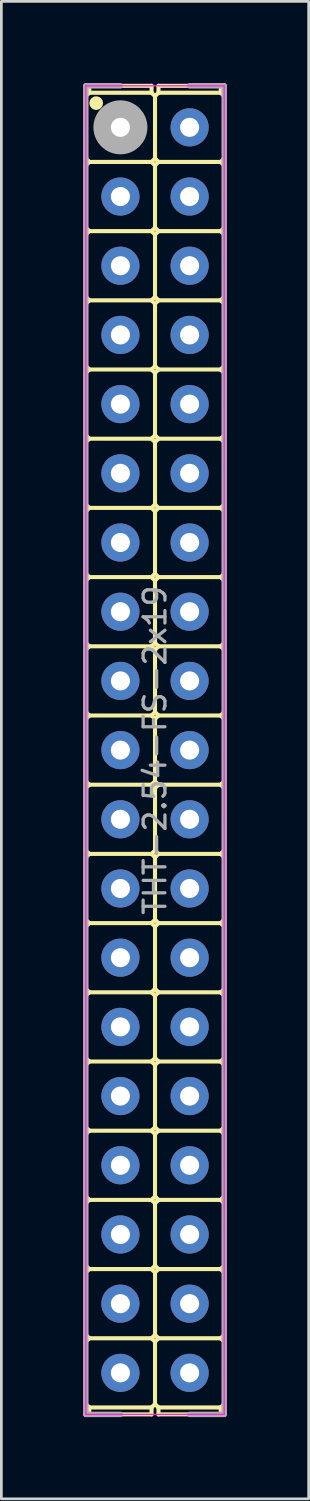
<source format=kicad_pcb>
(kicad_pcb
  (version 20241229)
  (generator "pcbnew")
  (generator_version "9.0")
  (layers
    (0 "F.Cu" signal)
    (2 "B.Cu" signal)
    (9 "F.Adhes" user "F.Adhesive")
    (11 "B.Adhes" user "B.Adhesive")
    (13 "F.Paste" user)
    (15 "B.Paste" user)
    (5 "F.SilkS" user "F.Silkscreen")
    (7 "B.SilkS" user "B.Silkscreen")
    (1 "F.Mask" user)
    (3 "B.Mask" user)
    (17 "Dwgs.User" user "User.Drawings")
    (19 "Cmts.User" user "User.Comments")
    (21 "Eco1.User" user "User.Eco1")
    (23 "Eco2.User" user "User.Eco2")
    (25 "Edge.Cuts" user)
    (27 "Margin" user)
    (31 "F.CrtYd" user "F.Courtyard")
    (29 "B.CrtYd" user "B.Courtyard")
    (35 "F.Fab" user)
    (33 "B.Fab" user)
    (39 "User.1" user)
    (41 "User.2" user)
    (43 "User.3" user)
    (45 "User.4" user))
  (footprint "THT-2.54-FS-2x19"
    (layer "F.Cu")
    (at 2.64 24.484)
    (property "Reference" "THT-2.54-FS-2x19" (at 0 0 90) (layer "F.Fab") (effects (font (size 0.8 0.8) (thickness 0.12))))
    (attr through_hole)
    (fp_line (start -2.54 -24.003) (end -2.413 -24.13) (stroke (width 0.15) (type solid)) (layer "F.SilkS"))
    (fp_line (start -2.54 -21.717) (end -2.54 -24.003) (stroke (width 0.15) (type solid)) (layer "F.SilkS"))
    (fp_line (start -2.54 -21.463) (end -2.413 -21.59) (stroke (width 0.15) (type solid)) (layer "F.SilkS"))
    (fp_line (start -2.54 -19.177) (end -2.54 -21.463) (stroke (width 0.15) (type solid)) (layer "F.SilkS"))
    (fp_line (start -2.54 -18.923) (end -2.413 -19.05) (stroke (width 0.15) (type solid)) (layer "F.SilkS"))
    (fp_line (start -2.54 -16.637) (end -2.54 -18.923) (stroke (width 0.15) (type solid)) (layer "F.SilkS"))
    (fp_line (start -2.54 -16.383) (end -2.413 -16.51) (stroke (width 0.15) (type solid)) (layer "F.SilkS"))
    (fp_line (start -2.54 -14.097) (end -2.54 -16.383) (stroke (width 0.15) (type solid)) (layer "F.SilkS"))
    (fp_line (start -2.54 -13.843) (end -2.413 -13.97) (stroke (width 0.15) (type solid)) (layer "F.SilkS"))
    (fp_line (start -2.54 -11.557) (end -2.54 -13.843) (stroke (width 0.15) (type solid)) (layer "F.SilkS"))
    (fp_line (start -2.54 -11.303) (end -2.413 -11.43) (stroke (width 0.15) (type solid)) (layer "F.SilkS"))
    (fp_line (start -2.54 -9.017) (end -2.54 -11.303) (stroke (width 0.15) (type solid)) (layer "F.SilkS"))
    (fp_line (start -2.54 -8.763) (end -2.413 -8.89) (stroke (width 0.15) (type solid)) (layer "F.SilkS"))
    (fp_line (start -2.54 -6.477) (end -2.54 -8.763) (stroke (width 0.15) (type solid)) (layer "F.SilkS"))
    (fp_line (start -2.54 -6.223) (end -2.413 -6.35) (stroke (width 0.15) (type solid)) (layer "F.SilkS"))
    (fp_line (start -2.54 -3.937) (end -2.54 -6.223) (stroke (width 0.15) (type solid)) (layer "F.SilkS"))
    (fp_line (start -2.54 -3.683) (end -2.413 -3.81) (stroke (width 0.15) (type solid)) (layer "F.SilkS"))
    (fp_line (start -2.54 -1.397) (end -2.54 -3.683) (stroke (width 0.15) (type solid)) (layer "F.SilkS"))
    (fp_line (start -2.54 -1.143) (end -2.413 -1.27) (stroke (width 0.15) (type solid)) (layer "F.SilkS"))
    (fp_line (start -2.54 1.143) (end -2.54 -1.143) (stroke (width 0.15) (type solid)) (layer "F.SilkS"))
    (fp_line (start -2.54 1.397) (end -2.413 1.27) (stroke (width 0.15) (type solid)) (layer "F.SilkS"))
    (fp_line (start -2.54 3.683) (end -2.54 1.397) (stroke (width 0.15) (type solid)) (layer "F.SilkS"))
    (fp_line (start -2.54 3.937) (end -2.413 3.81) (stroke (width 0.15) (type solid)) (layer "F.SilkS"))
    (fp_line (start -2.54 6.223) (end -2.54 3.937) (stroke (width 0.15) (type solid)) (layer "F.SilkS"))
    (fp_line (start -2.54 6.477) (end -2.413 6.35) (stroke (width 0.15) (type solid)) (layer "F.SilkS"))
    (fp_line (start -2.54 8.763) (end -2.54 6.477) (stroke (width 0.15) (type solid)) (layer "F.SilkS"))
    (fp_line (start -2.54 9.017) (end -2.413 8.89) (stroke (width 0.15) (type solid)) (layer "F.SilkS"))
    (fp_line (start -2.54 11.303) (end -2.54 9.017) (stroke (width 0.15) (type solid)) (layer "F.SilkS"))
    (fp_line (start -2.54 11.557) (end -2.413 11.43) (stroke (width 0.15) (type solid)) (layer "F.SilkS"))
    (fp_line (start -2.54 13.843) (end -2.54 11.557) (stroke (width 0.15) (type solid)) (layer "F.SilkS"))
    (fp_line (start -2.54 14.097) (end -2.413 13.97) (stroke (width 0.15) (type solid)) (layer "F.SilkS"))
    (fp_line (start -2.54 16.383) (end -2.54 14.097) (stroke (width 0.15) (type solid)) (layer "F.SilkS"))
    (fp_line (start -2.54 16.637) (end -2.413 16.51) (stroke (width 0.15) (type solid)) (layer "F.SilkS"))
    (fp_line (start -2.54 18.923) (end -2.54 16.637) (stroke (width 0.15) (type solid)) (layer "F.SilkS"))
    (fp_line (start -2.54 19.177) (end -2.413 19.05) (stroke (width 0.15) (type solid)) (layer "F.SilkS"))
    (fp_line (start -2.54 21.463) (end -2.54 19.177) (stroke (width 0.15) (type solid)) (layer "F.SilkS"))
    (fp_line (start -2.54 21.717) (end -2.413 21.59) (stroke (width 0.15) (type solid)) (layer "F.SilkS"))
    (fp_line (start -2.54 24.003) (end -2.54 21.717) (stroke (width 0.15) (type solid)) (layer "F.SilkS"))
    (fp_line (start -2.413 -24.384) (end -0.127 -24.384) (stroke (width 0.15) (type solid)) (layer "F.SilkS"))
    (fp_line (start -2.413 -24.13) (end -2.413 -24.384) (stroke (width 0.15) (type solid)) (layer "F.SilkS"))
    (fp_line (start -2.413 -21.59) (end -2.54 -21.717) (stroke (width 0.15) (type solid)) (layer "F.SilkS"))
    (fp_line (start -2.413 -19.05) (end -2.54 -19.177) (stroke (width 0.15) (type solid)) (layer "F.SilkS"))
    (fp_line (start -2.413 -16.51) (end -2.54 -16.637) (stroke (width 0.15) (type solid)) (layer "F.SilkS"))
    (fp_line (start -2.413 -13.97) (end -2.54 -14.097) (stroke (width 0.15) (type solid)) (layer "F.SilkS"))
    (fp_line (start -2.413 -11.43) (end -2.54 -11.557) (stroke (width 0.15) (type solid)) (layer "F.SilkS"))
    (fp_line (start -2.413 -8.89) (end -2.54 -9.017) (stroke (width 0.15) (type solid)) (layer "F.SilkS"))
    (fp_line (start -2.413 -6.35) (end -2.54 -6.477) (stroke (width 0.15) (type solid)) (layer "F.SilkS"))
    (fp_line (start -2.413 -3.81) (end -2.54 -3.937) (stroke (width 0.15) (type solid)) (layer "F.SilkS"))
    (fp_line (start -2.413 -1.27) (end -2.54 -1.397) (stroke (width 0.15) (type solid)) (layer "F.SilkS"))
    (fp_line (start -2.413 1.27) (end -2.54 1.143) (stroke (width 0.15) (type solid)) (layer "F.SilkS"))
    (fp_line (start -2.413 3.81) (end -2.54 3.683) (stroke (width 0.15) (type solid)) (layer "F.SilkS"))
    (fp_line (start -2.413 6.35) (end -2.54 6.223) (stroke (width 0.15) (type solid)) (layer "F.SilkS"))
    (fp_line (start -2.413 8.89) (end -2.54 8.763) (stroke (width 0.15) (type solid)) (layer "F.SilkS"))
    (fp_line (start -2.413 11.43) (end -2.54 11.303) (stroke (width 0.15) (type solid)) (layer "F.SilkS"))
    (fp_line (start -2.413 13.97) (end -2.54 13.843) (stroke (width 0.15) (type solid)) (layer "F.SilkS"))
    (fp_line (start -2.413 16.51) (end -2.54 16.383) (stroke (width 0.15) (type solid)) (layer "F.SilkS"))
    (fp_line (start -2.413 19.05) (end -2.54 18.923) (stroke (width 0.15) (type solid)) (layer "F.SilkS"))
    (fp_line (start -2.413 21.59) (end -2.54 21.463) (stroke (width 0.15) (type solid)) (layer "F.SilkS"))
    (fp_line (start -2.413 24.13) (end -2.54 24.003) (stroke (width 0.15) (type solid)) (layer "F.SilkS"))
    (fp_line (start -2.413 24.13) (end -2.413 24.384) (stroke (width 0.15) (type solid)) (layer "F.SilkS"))
    (fp_line (start -2.413 24.384) (end -0.127 24.384) (stroke (width 0.15) (type solid)) (layer "F.SilkS"))
    (fp_line (start -0.127 -24.384) (end -0.127 -24.13) (stroke (width 0.15) (type solid)) (layer "F.SilkS"))
    (fp_line (start -0.127 -24.13) (end -2.413 -24.13) (stroke (width 0.15) (type solid)) (layer "F.SilkS"))
    (fp_line (start -0.127 -21.59) (end -2.413 -21.59) (stroke (width 0.15) (type solid)) (layer "F.SilkS"))
    (fp_line (start -0.127 -19.05) (end -2.413 -19.05) (stroke (width 0.15) (type solid)) (layer "F.SilkS"))
    (fp_line (start -0.127 -16.51) (end -2.413 -16.51) (stroke (width 0.15) (type solid)) (layer "F.SilkS"))
    (fp_line (start -0.127 -13.97) (end -2.413 -13.97) (stroke (width 0.15) (type solid)) (layer "F.SilkS"))
    (fp_line (start -0.127 -11.43) (end -2.413 -11.43) (stroke (width 0.15) (type solid)) (layer "F.SilkS"))
    (fp_line (start -0.127 -8.89) (end -2.413 -8.89) (stroke (width 0.15) (type solid)) (layer "F.SilkS"))
    (fp_line (start -0.127 -6.35) (end -2.413 -6.35) (stroke (width 0.15) (type solid)) (layer "F.SilkS"))
    (fp_line (start -0.127 -3.81) (end -2.413 -3.81) (stroke (width 0.15) (type solid)) (layer "F.SilkS"))
    (fp_line (start -0.127 -1.27) (end -2.413 -1.27) (stroke (width 0.15) (type solid)) (layer "F.SilkS"))
    (fp_line (start -0.127 1.27) (end -2.413 1.27) (stroke (width 0.15) (type solid)) (layer "F.SilkS"))
    (fp_line (start -0.127 3.81) (end -2.413 3.81) (stroke (width 0.15) (type solid)) (layer "F.SilkS"))
    (fp_line (start -0.127 6.35) (end -2.413 6.35) (stroke (width 0.15) (type solid)) (layer "F.SilkS"))
    (fp_line (start -0.127 8.89) (end -2.413 8.89) (stroke (width 0.15) (type solid)) (layer "F.SilkS"))
    (fp_line (start -0.127 11.43) (end -2.413 11.43) (stroke (width 0.15) (type solid)) (layer "F.SilkS"))
    (fp_line (start -0.127 13.97) (end -2.413 13.97) (stroke (width 0.15) (type solid)) (layer "F.SilkS"))
    (fp_line (start -0.127 16.51) (end -2.413 16.51) (stroke (width 0.15) (type solid)) (layer "F.SilkS"))
    (fp_line (start -0.127 19.05) (end -2.413 19.05) (stroke (width 0.15) (type solid)) (layer "F.SilkS"))
    (fp_line (start -0.127 21.59) (end -2.413 21.59) (stroke (width 0.15) (type solid)) (layer "F.SilkS"))
    (fp_line (start -0.127 24.13) (end -2.413 24.13) (stroke (width 0.15) (type solid)) (layer "F.SilkS"))
    (fp_line (start -0.127 24.384) (end -0.127 24.13) (stroke (width 0.15) (type solid)) (layer "F.SilkS"))
    (fp_line (start 0 -24.003) (end -0.127 -24.13) (stroke (width 0.15) (type solid)) (layer "F.SilkS"))
    (fp_line (start 0 -24.003) (end 0.127 -24.13) (stroke (width 0.15) (type solid)) (layer "F.SilkS"))
    (fp_line (start 0 -21.717) (end -0.127 -21.59) (stroke (width 0.15) (type solid)) (layer "F.SilkS"))
    (fp_line (start 0 -21.717) (end 0 -24.003) (stroke (width 0.15) (type solid)) (layer "F.SilkS"))
    (fp_line (start 0 -21.717) (end 0.127 -21.59) (stroke (width 0.15) (type solid)) (layer "F.SilkS"))
    (fp_line (start 0 -21.463) (end -0.127 -21.59) (stroke (width 0.15) (type solid)) (layer "F.SilkS"))
    (fp_line (start 0 -21.463) (end 0.127 -21.59) (stroke (width 0.15) (type solid)) (layer "F.SilkS"))
    (fp_line (start 0 -19.177) (end -0.127 -19.05) (stroke (width 0.15) (type solid)) (layer "F.SilkS"))
    (fp_line (start 0 -19.177) (end 0 -21.463) (stroke (width 0.15) (type solid)) (layer "F.SilkS"))
    (fp_line (start 0 -19.177) (end 0.127 -19.05) (stroke (width 0.15) (type solid)) (layer "F.SilkS"))
    (fp_line (start 0 -18.923) (end -0.127 -19.05) (stroke (width 0.15) (type solid)) (layer "F.SilkS"))
    (fp_line (start 0 -18.923) (end 0.127 -19.05) (stroke (width 0.15) (type solid)) (layer "F.SilkS"))
    (fp_line (start 0 -16.637) (end -0.127 -16.51) (stroke (width 0.15) (type solid)) (layer "F.SilkS"))
    (fp_line (start 0 -16.637) (end 0 -18.923) (stroke (width 0.15) (type solid)) (layer "F.SilkS"))
    (fp_line (start 0 -16.637) (end 0.127 -16.51) (stroke (width 0.15) (type solid)) (layer "F.SilkS"))
    (fp_line (start 0 -16.383) (end -0.127 -16.51) (stroke (width 0.15) (type solid)) (layer "F.SilkS"))
    (fp_line (start 0 -16.383) (end 0.127 -16.51) (stroke (width 0.15) (type solid)) (layer "F.SilkS"))
    (fp_line (start 0 -14.097) (end -0.127 -13.97) (stroke (width 0.15) (type solid)) (layer "F.SilkS"))
    (fp_line (start 0 -14.097) (end 0 -16.383) (stroke (width 0.15) (type solid)) (layer "F.SilkS"))
    (fp_line (start 0 -14.097) (end 0.127 -13.97) (stroke (width 0.15) (type solid)) (layer "F.SilkS"))
    (fp_line (start 0 -13.843) (end -0.127 -13.97) (stroke (width 0.15) (type solid)) (layer "F.SilkS"))
    (fp_line (start 0 -13.843) (end 0.127 -13.97) (stroke (width 0.15) (type solid)) (layer "F.SilkS"))
    (fp_line (start 0 -11.557) (end -0.127 -11.43) (stroke (width 0.15) (type solid)) (layer "F.SilkS"))
    (fp_line (start 0 -11.557) (end 0 -13.843) (stroke (width 0.15) (type solid)) (layer "F.SilkS"))
    (fp_line (start 0 -11.557) (end 0.127 -11.43) (stroke (width 0.15) (type solid)) (layer "F.SilkS"))
    (fp_line (start 0 -11.303) (end -0.127 -11.43) (stroke (width 0.15) (type solid)) (layer "F.SilkS"))
    (fp_line (start 0 -11.303) (end 0.127 -11.43) (stroke (width 0.15) (type solid)) (layer "F.SilkS"))
    (fp_line (start 0 -9.017) (end -0.127 -8.89) (stroke (width 0.15) (type solid)) (layer "F.SilkS"))
    (fp_line (start 0 -9.017) (end 0 -11.303) (stroke (width 0.15) (type solid)) (layer "F.SilkS"))
    (fp_line (start 0 -9.017) (end 0.127 -8.89) (stroke (width 0.15) (type solid)) (layer "F.SilkS"))
    (fp_line (start 0 -8.763) (end -0.127 -8.89) (stroke (width 0.15) (type solid)) (layer "F.SilkS"))
    (fp_line (start 0 -8.763) (end 0.127 -8.89) (stroke (width 0.15) (type solid)) (layer "F.SilkS"))
    (fp_line (start 0 -6.477) (end -0.127 -6.35) (stroke (width 0.15) (type solid)) (layer "F.SilkS"))
    (fp_line (start 0 -6.477) (end 0 -8.763) (stroke (width 0.15) (type solid)) (layer "F.SilkS"))
    (fp_line (start 0 -6.477) (end 0.127 -6.35) (stroke (width 0.15) (type solid)) (layer "F.SilkS"))
    (fp_line (start 0 -6.223) (end -0.127 -6.35) (stroke (width 0.15) (type solid)) (layer "F.SilkS"))
    (fp_line (start 0 -6.223) (end 0.127 -6.35) (stroke (width 0.15) (type solid)) (layer "F.SilkS"))
    (fp_line (start 0 -3.937) (end -0.127 -3.81) (stroke (width 0.15) (type solid)) (layer "F.SilkS"))
    (fp_line (start 0 -3.937) (end 0 -6.223) (stroke (width 0.15) (type solid)) (layer "F.SilkS"))
    (fp_line (start 0 -3.937) (end 0.127 -3.81) (stroke (width 0.15) (type solid)) (layer "F.SilkS"))
    (fp_line (start 0 -3.683) (end -0.127 -3.81) (stroke (width 0.15) (type solid)) (layer "F.SilkS"))
    (fp_line (start 0 -3.683) (end 0.127 -3.81) (stroke (width 0.15) (type solid)) (layer "F.SilkS"))
    (fp_line (start 0 -1.397) (end -0.127 -1.27) (stroke (width 0.15) (type solid)) (layer "F.SilkS"))
    (fp_line (start 0 -1.397) (end 0 -3.683) (stroke (width 0.15) (type solid)) (layer "F.SilkS"))
    (fp_line (start 0 -1.397) (end 0.127 -1.27) (stroke (width 0.15) (type solid)) (layer "F.SilkS"))
    (fp_line (start 0 -1.143) (end -0.127 -1.27) (stroke (width 0.15) (type solid)) (layer "F.SilkS"))
    (fp_line (start 0 -1.143) (end 0.127 -1.27) (stroke (width 0.15) (type solid)) (layer "F.SilkS"))
    (fp_line (start 0 1.143) (end -0.127 1.27) (stroke (width 0.15) (type solid)) (layer "F.SilkS"))
    (fp_line (start 0 1.143) (end 0 -1.143) (stroke (width 0.15) (type solid)) (layer "F.SilkS"))
    (fp_line (start 0 1.143) (end 0.127 1.27) (stroke (width 0.15) (type solid)) (layer "F.SilkS"))
    (fp_line (start 0 1.397) (end -0.127 1.27) (stroke (width 0.15) (type solid)) (layer "F.SilkS"))
    (fp_line (start 0 1.397) (end 0.127 1.27) (stroke (width 0.15) (type solid)) (layer "F.SilkS"))
    (fp_line (start 0 3.683) (end -0.127 3.81) (stroke (width 0.15) (type solid)) (layer "F.SilkS"))
    (fp_line (start 0 3.683) (end 0 1.397) (stroke (width 0.15) (type solid)) (layer "F.SilkS"))
    (fp_line (start 0 3.683) (end 0.127 3.81) (stroke (width 0.15) (type solid)) (layer "F.SilkS"))
    (fp_line (start 0 3.937) (end -0.127 3.81) (stroke (width 0.15) (type solid)) (layer "F.SilkS"))
    (fp_line (start 0 3.937) (end 0.127 3.81) (stroke (width 0.15) (type solid)) (layer "F.SilkS"))
    (fp_line (start 0 6.223) (end -0.127 6.35) (stroke (width 0.15) (type solid)) (layer "F.SilkS"))
    (fp_line (start 0 6.223) (end 0 3.937) (stroke (width 0.15) (type solid)) (layer "F.SilkS"))
    (fp_line (start 0 6.223) (end 0.127 6.35) (stroke (width 0.15) (type solid)) (layer "F.SilkS"))
    (fp_line (start 0 6.477) (end -0.127 6.35) (stroke (width 0.15) (type solid)) (layer "F.SilkS"))
    (fp_line (start 0 6.477) (end 0.127 6.35) (stroke (width 0.15) (type solid)) (layer "F.SilkS"))
    (fp_line (start 0 8.763) (end -0.127 8.89) (stroke (width 0.15) (type solid)) (layer "F.SilkS"))
    (fp_line (start 0 8.763) (end 0 6.477) (stroke (width 0.15) (type solid)) (layer "F.SilkS"))
    (fp_line (start 0 8.763) (end 0.127 8.89) (stroke (width 0.15) (type solid)) (layer "F.SilkS"))
    (fp_line (start 0 9.017) (end -0.127 8.89) (stroke (width 0.15) (type solid)) (layer "F.SilkS"))
    (fp_line (start 0 9.017) (end 0.127 8.89) (stroke (width 0.15) (type solid)) (layer "F.SilkS"))
    (fp_line (start 0 11.303) (end -0.127 11.43) (stroke (width 0.15) (type solid)) (layer "F.SilkS"))
    (fp_line (start 0 11.303) (end 0 9.017) (stroke (width 0.15) (type solid)) (layer "F.SilkS"))
    (fp_line (start 0 11.303) (end 0.127 11.43) (stroke (width 0.15) (type solid)) (layer "F.SilkS"))
    (fp_line (start 0 11.557) (end -0.127 11.43) (stroke (width 0.15) (type solid)) (layer "F.SilkS"))
    (fp_line (start 0 11.557) (end 0.127 11.43) (stroke (width 0.15) (type solid)) (layer "F.SilkS"))
    (fp_line (start 0 13.843) (end -0.127 13.97) (stroke (width 0.15) (type solid)) (layer "F.SilkS"))
    (fp_line (start 0 13.843) (end 0 11.557) (stroke (width 0.15) (type solid)) (layer "F.SilkS"))
    (fp_line (start 0 13.843) (end 0.127 13.97) (stroke (width 0.15) (type solid)) (layer "F.SilkS"))
    (fp_line (start 0 14.097) (end -0.127 13.97) (stroke (width 0.15) (type solid)) (layer "F.SilkS"))
    (fp_line (start 0 14.097) (end 0.127 13.97) (stroke (width 0.15) (type solid)) (layer "F.SilkS"))
    (fp_line (start 0 16.383) (end -0.127 16.51) (stroke (width 0.15) (type solid)) (layer "F.SilkS"))
    (fp_line (start 0 16.383) (end 0 14.097) (stroke (width 0.15) (type solid)) (layer "F.SilkS"))
    (fp_line (start 0 16.383) (end 0.127 16.51) (stroke (width 0.15) (type solid)) (layer "F.SilkS"))
    (fp_line (start 0 16.637) (end -0.127 16.51) (stroke (width 0.15) (type solid)) (layer "F.SilkS"))
    (fp_line (start 0 16.637) (end 0.127 16.51) (stroke (width 0.15) (type solid)) (layer "F.SilkS"))
    (fp_line (start 0 18.923) (end -0.127 19.05) (stroke (width 0.15) (type solid)) (layer "F.SilkS"))
    (fp_line (start 0 18.923) (end 0 16.637) (stroke (width 0.15) (type solid)) (layer "F.SilkS"))
    (fp_line (start 0 18.923) (end 0.127 19.05) (stroke (width 0.15) (type solid)) (layer "F.SilkS"))
    (fp_line (start 0 19.177) (end -0.127 19.05) (stroke (width 0.15) (type solid)) (layer "F.SilkS"))
    (fp_line (start 0 19.177) (end 0.127 19.05) (stroke (width 0.15) (type solid)) (layer "F.SilkS"))
    (fp_line (start 0 21.463) (end -0.127 21.59) (stroke (width 0.15) (type solid)) (layer "F.SilkS"))
    (fp_line (start 0 21.463) (end 0 19.177) (stroke (width 0.15) (type solid)) (layer "F.SilkS"))
    (fp_line (start 0 21.463) (end 0.127 21.59) (stroke (width 0.15) (type solid)) (layer "F.SilkS"))
    (fp_line (start 0 21.717) (end -0.127 21.59) (stroke (width 0.15) (type solid)) (layer "F.SilkS"))
    (fp_line (start 0 21.717) (end 0.127 21.59) (stroke (width 0.15) (type solid)) (layer "F.SilkS"))
    (fp_line (start 0 24.003) (end -0.127 24.13) (stroke (width 0.15) (type solid)) (layer "F.SilkS"))
    (fp_line (start 0 24.003) (end 0 21.717) (stroke (width 0.15) (type solid)) (layer "F.SilkS"))
    (fp_line (start 0 24.003) (end 0.127 24.13) (stroke (width 0.15) (type solid)) (layer "F.SilkS"))
    (fp_line (start 0.127 -24.384) (end 2.413 -24.384) (stroke (width 0.15) (type solid)) (layer "F.SilkS"))
    (fp_line (start 0.127 -24.13) (end 0.127 -24.384) (stroke (width 0.15) (type solid)) (layer "F.SilkS"))
    (fp_line (start 0.127 -21.59) (end 2.413 -21.59) (stroke (width 0.15) (type solid)) (layer "F.SilkS"))
    (fp_line (start 0.127 -19.05) (end 2.413 -19.05) (stroke (width 0.15) (type solid)) (layer "F.SilkS"))
    (fp_line (start 0.127 -16.51) (end 2.413 -16.51) (stroke (width 0.15) (type solid)) (layer "F.SilkS"))
    (fp_line (start 0.127 -13.97) (end 2.413 -13.97) (stroke (width 0.15) (type solid)) (layer "F.SilkS"))
    (fp_line (start 0.127 -11.43) (end 2.413 -11.43) (stroke (width 0.15) (type solid)) (layer "F.SilkS"))
    (fp_line (start 0.127 -8.89) (end 2.413 -8.89) (stroke (width 0.15) (type solid)) (layer "F.SilkS"))
    (fp_line (start 0.127 -6.35) (end 2.413 -6.35) (stroke (width 0.15) (type solid)) (layer "F.SilkS"))
    (fp_line (start 0.127 -3.81) (end 2.413 -3.81) (stroke (width 0.15) (type solid)) (layer "F.SilkS"))
    (fp_line (start 0.127 -1.27) (end 2.413 -1.27) (stroke (width 0.15) (type solid)) (layer "F.SilkS"))
    (fp_line (start 0.127 1.27) (end 2.413 1.27) (stroke (width 0.15) (type solid)) (layer "F.SilkS"))
    (fp_line (start 0.127 3.81) (end 2.413 3.81) (stroke (width 0.15) (type solid)) (layer "F.SilkS"))
    (fp_line (start 0.127 6.35) (end 2.413 6.35) (stroke (width 0.15) (type solid)) (layer "F.SilkS"))
    (fp_line (start 0.127 8.89) (end 2.413 8.89) (stroke (width 0.15) (type solid)) (layer "F.SilkS"))
    (fp_line (start 0.127 11.43) (end 2.413 11.43) (stroke (width 0.15) (type solid)) (layer "F.SilkS"))
    (fp_line (start 0.127 13.97) (end 2.413 13.97) (stroke (width 0.15) (type solid)) (layer "F.SilkS"))
    (fp_line (start 0.127 16.51) (end 2.413 16.51) (stroke (width 0.15) (type solid)) (layer "F.SilkS"))
    (fp_line (start 0.127 19.05) (end 2.413 19.05) (stroke (width 0.15) (type solid)) (layer "F.SilkS"))
    (fp_line (start 0.127 21.59) (end 2.413 21.59) (stroke (width 0.15) (type solid)) (layer "F.SilkS"))
    (fp_line (start 0.127 24.13) (end 0.127 24.384) (stroke (width 0.15) (type solid)) (layer "F.SilkS"))
    (fp_line (start 0.127 24.13) (end 2.413 24.13) (stroke (width 0.15) (type solid)) (layer "F.SilkS"))
    (fp_line (start 0.127 24.384) (end 2.413 24.384) (stroke (width 0.15) (type solid)) (layer "F.SilkS"))
    (fp_line (start 2.413 -24.384) (end 2.413 -24.13) (stroke (width 0.15) (type solid)) (layer "F.SilkS"))
    (fp_line (start 2.413 -24.13) (end 0.127 -24.13) (stroke (width 0.15) (type solid)) (layer "F.SilkS"))
    (fp_line (start 2.413 -21.59) (end 2.54 -21.717) (stroke (width 0.15) (type solid)) (layer "F.SilkS"))
    (fp_line (start 2.413 -19.05) (end 2.54 -19.177) (stroke (width 0.15) (type solid)) (layer "F.SilkS"))
    (fp_line (start 2.413 -16.51) (end 2.54 -16.637) (stroke (width 0.15) (type solid)) (layer "F.SilkS"))
    (fp_line (start 2.413 -13.97) (end 2.54 -14.097) (stroke (width 0.15) (type solid)) (layer "F.SilkS"))
    (fp_line (start 2.413 -11.43) (end 2.54 -11.557) (stroke (width 0.15) (type solid)) (layer "F.SilkS"))
    (fp_line (start 2.413 -8.89) (end 2.54 -9.017) (stroke (width 0.15) (type solid)) (layer "F.SilkS"))
    (fp_line (start 2.413 -6.35) (end 2.54 -6.477) (stroke (width 0.15) (type solid)) (layer "F.SilkS"))
    (fp_line (start 2.413 -3.81) (end 2.54 -3.937) (stroke (width 0.15) (type solid)) (layer "F.SilkS"))
    (fp_line (start 2.413 -1.27) (end 2.54 -1.397) (stroke (width 0.15) (type solid)) (layer "F.SilkS"))
    (fp_line (start 2.413 1.27) (end 2.54 1.143) (stroke (width 0.15) (type solid)) (layer "F.SilkS"))
    (fp_line (start 2.413 3.81) (end 2.54 3.683) (stroke (width 0.15) (type solid)) (layer "F.SilkS"))
    (fp_line (start 2.413 6.35) (end 2.54 6.223) (stroke (width 0.15) (type solid)) (layer "F.SilkS"))
    (fp_line (start 2.413 8.89) (end 2.54 8.763) (stroke (width 0.15) (type solid)) (layer "F.SilkS"))
    (fp_line (start 2.413 11.43) (end 2.54 11.303) (stroke (width 0.15) (type solid)) (layer "F.SilkS"))
    (fp_line (start 2.413 13.97) (end 2.54 13.843) (stroke (width 0.15) (type solid)) (layer "F.SilkS"))
    (fp_line (start 2.413 16.51) (end 2.54 16.383) (stroke (width 0.15) (type solid)) (layer "F.SilkS"))
    (fp_line (start 2.413 19.05) (end 2.54 18.923) (stroke (width 0.15) (type solid)) (layer "F.SilkS"))
    (fp_line (start 2.413 21.59) (end 2.54 21.463) (stroke (width 0.15) (type solid)) (layer "F.SilkS"))
    (fp_line (start 2.413 24.13) (end 2.54 24.003) (stroke (width 0.15) (type solid)) (layer "F.SilkS"))
    (fp_line (start 2.413 24.384) (end 2.413 24.13) (stroke (width 0.15) (type solid)) (layer "F.SilkS"))
    (fp_line (start 2.54 -24.003) (end 2.413 -24.13) (stroke (width 0.15) (type solid)) (layer "F.SilkS"))
    (fp_line (start 2.54 -21.717) (end 2.54 -24.003) (stroke (width 0.15) (type solid)) (layer "F.SilkS"))
    (fp_line (start 2.54 -21.463) (end 2.413 -21.59) (stroke (width 0.15) (type solid)) (layer "F.SilkS"))
    (fp_line (start 2.54 -19.177) (end 2.54 -21.463) (stroke (width 0.15) (type solid)) (layer "F.SilkS"))
    (fp_line (start 2.54 -18.923) (end 2.413 -19.05) (stroke (width 0.15) (type solid)) (layer "F.SilkS"))
    (fp_line (start 2.54 -16.637) (end 2.54 -18.923) (stroke (width 0.15) (type solid)) (layer "F.SilkS"))
    (fp_line (start 2.54 -16.383) (end 2.413 -16.51) (stroke (width 0.15) (type solid)) (layer "F.SilkS"))
    (fp_line (start 2.54 -14.097) (end 2.54 -16.383) (stroke (width 0.15) (type solid)) (layer "F.SilkS"))
    (fp_line (start 2.54 -13.843) (end 2.413 -13.97) (stroke (width 0.15) (type solid)) (layer "F.SilkS"))
    (fp_line (start 2.54 -11.557) (end 2.54 -13.843) (stroke (width 0.15) (type solid)) (layer "F.SilkS"))
    (fp_line (start 2.54 -11.303) (end 2.413 -11.43) (stroke (width 0.15) (type solid)) (layer "F.SilkS"))
    (fp_line (start 2.54 -9.017) (end 2.54 -11.303) (stroke (width 0.15) (type solid)) (layer "F.SilkS"))
    (fp_line (start 2.54 -8.763) (end 2.413 -8.89) (stroke (width 0.15) (type solid)) (layer "F.SilkS"))
    (fp_line (start 2.54 -6.477) (end 2.54 -8.763) (stroke (width 0.15) (type solid)) (layer "F.SilkS"))
    (fp_line (start 2.54 -6.223) (end 2.413 -6.35) (stroke (width 0.15) (type solid)) (layer "F.SilkS"))
    (fp_line (start 2.54 -3.937) (end 2.54 -6.223) (stroke (width 0.15) (type solid)) (layer "F.SilkS"))
    (fp_line (start 2.54 -3.683) (end 2.413 -3.81) (stroke (width 0.15) (type solid)) (layer "F.SilkS"))
    (fp_line (start 2.54 -1.397) (end 2.54 -3.683) (stroke (width 0.15) (type solid)) (layer "F.SilkS"))
    (fp_line (start 2.54 -1.143) (end 2.413 -1.27) (stroke (width 0.15) (type solid)) (layer "F.SilkS"))
    (fp_line (start 2.54 1.143) (end 2.54 -1.143) (stroke (width 0.15) (type solid)) (layer "F.SilkS"))
    (fp_line (start 2.54 1.397) (end 2.413 1.27) (stroke (width 0.15) (type solid)) (layer "F.SilkS"))
    (fp_line (start 2.54 3.683) (end 2.54 1.397) (stroke (width 0.15) (type solid)) (layer "F.SilkS"))
    (fp_line (start 2.54 3.937) (end 2.413 3.81) (stroke (width 0.15) (type solid)) (layer "F.SilkS"))
    (fp_line (start 2.54 6.223) (end 2.54 3.937) (stroke (width 0.15) (type solid)) (layer "F.SilkS"))
    (fp_line (start 2.54 6.477) (end 2.413 6.35) (stroke (width 0.15) (type solid)) (layer "F.SilkS"))
    (fp_line (start 2.54 8.763) (end 2.54 6.477) (stroke (width 0.15) (type solid)) (layer "F.SilkS"))
    (fp_line (start 2.54 9.017) (end 2.413 8.89) (stroke (width 0.15) (type solid)) (layer "F.SilkS"))
    (fp_line (start 2.54 11.303) (end 2.54 9.017) (stroke (width 0.15) (type solid)) (layer "F.SilkS"))
    (fp_line (start 2.54 11.557) (end 2.413 11.43) (stroke (width 0.15) (type solid)) (layer "F.SilkS"))
    (fp_line (start 2.54 13.843) (end 2.54 11.557) (stroke (width 0.15) (type solid)) (layer "F.SilkS"))
    (fp_line (start 2.54 14.097) (end 2.413 13.97) (stroke (width 0.15) (type solid)) (layer "F.SilkS"))
    (fp_line (start 2.54 16.383) (end 2.54 14.097) (stroke (width 0.15) (type solid)) (layer "F.SilkS"))
    (fp_line (start 2.54 16.637) (end 2.413 16.51) (stroke (width 0.15) (type solid)) (layer "F.SilkS"))
    (fp_line (start 2.54 18.923) (end 2.54 16.637) (stroke (width 0.15) (type solid)) (layer "F.SilkS"))
    (fp_line (start 2.54 19.177) (end 2.413 19.05) (stroke (width 0.15) (type solid)) (layer "F.SilkS"))
    (fp_line (start 2.54 21.463) (end 2.54 19.177) (stroke (width 0.15) (type solid)) (layer "F.SilkS"))
    (fp_line (start 2.54 21.717) (end 2.413 21.59) (stroke (width 0.15) (type solid)) (layer "F.SilkS"))
    (fp_line (start 2.54 24.003) (end 2.54 21.717) (stroke (width 0.15) (type solid)) (layer "F.SilkS"))
    (fp_circle (center -2.159 -23.749) (end -2.032 -23.749) (stroke (width 0.25) (type solid)) (fill no) (layer "F.SilkS"))
    (fp_line (start -2.54 -24.384) (end 2.54 -24.384) (stroke (width 0.05) (type solid)) (layer "F.CrtYd"))
    (fp_line (start -2.54 24.384) (end -2.54 -24.384) (stroke (width 0.05) (type solid)) (layer "F.CrtYd"))
    (fp_line (start -2.54 24.384) (end 2.54 24.384) (stroke (width 0.05) (type solid)) (layer "F.CrtYd"))
    (fp_line (start 2.54 -24.384) (end 2.54 24.384) (stroke (width 0.05) (type solid)) (layer "F.CrtYd"))
    (fp_line (start -2.54 -24.384) (end -2.54 24.384) (stroke (width 0.2) (type solid)) (layer "F.Fab"))
    (fp_line (start -1.27 -24.384) (end -2.54 -24.384) (stroke (width 0.2) (type solid)) (layer "F.Fab"))
    (fp_line (start -1.27 24.384) (end -2.54 24.384) (stroke (width 0.2) (type solid)) (layer "F.Fab"))
    (fp_line (start 2.54 -24.384) (end 1.27 -24.384) (stroke (width 0.2) (type solid)) (layer "F.Fab"))
    (fp_line (start 2.54 24.384) (end 1.27 24.384) (stroke (width 0.2) (type solid)) (layer "F.Fab"))
    (fp_line (start 2.54 24.384) (end 2.54 -24.384) (stroke (width 0.2) (type solid)) (layer "F.Fab"))
    (fp_circle (center -1.27 -22.86) (end -1.27 -22.669) (stroke (width 0.8) (type solid)) (fill no) (layer "F.Fab"))
    (pad "1" thru_hole circle (at -1.27 -22.86) (size 1.4 1.4) (drill 0.7) (layers "*.Cu" "*.Mask"))
    (pad "2" thru_hole circle (at 1.27 -22.86) (size 1.4 1.4) (drill 0.7) (layers "*.Cu" "*.Mask"))
    (pad "3" thru_hole circle (at -1.27 -20.32) (size 1.4 1.4) (drill 0.7) (layers "*.Cu" "*.Mask"))
    (pad "4" thru_hole circle (at 1.27 -20.32) (size 1.4 1.4) (drill 0.7) (layers "*.Cu" "*.Mask"))
    (pad "5" thru_hole circle (at -1.27 -17.78) (size 1.4 1.4) (drill 0.7) (layers "*.Cu" "*.Mask"))
    (pad "6" thru_hole circle (at 1.27 -17.78) (size 1.4 1.4) (drill 0.7) (layers "*.Cu" "*.Mask"))
    (pad "7" thru_hole circle (at -1.27 -15.24) (size 1.4 1.4) (drill 0.7) (layers "*.Cu" "*.Mask"))
    (pad "8" thru_hole circle (at 1.27 -15.24) (size 1.4 1.4) (drill 0.7) (layers "*.Cu" "*.Mask"))
    (pad "9" thru_hole circle (at -1.27 -12.7) (size 1.4 1.4) (drill 0.7) (layers "*.Cu" "*.Mask"))
    (pad "10" thru_hole circle (at 1.27 -12.7) (size 1.4 1.4) (drill 0.7) (layers "*.Cu" "*.Mask"))
    (pad "11" thru_hole circle (at -1.27 -10.16) (size 1.4 1.4) (drill 0.7) (layers "*.Cu" "*.Mask"))
    (pad "12" thru_hole circle (at 1.27 -10.16) (size 1.4 1.4) (drill 0.7) (layers "*.Cu" "*.Mask"))
    (pad "13" thru_hole circle (at -1.27 -7.62) (size 1.4 1.4) (drill 0.7) (layers "*.Cu" "*.Mask"))
    (pad "14" thru_hole circle (at 1.27 -7.62) (size 1.4 1.4) (drill 0.7) (layers "*.Cu" "*.Mask"))
    (pad "15" thru_hole circle (at -1.27 -5.08) (size 1.4 1.4) (drill 0.7) (layers "*.Cu" "*.Mask"))
    (pad "16" thru_hole circle (at 1.27 -5.08) (size 1.4 1.4) (drill 0.7) (layers "*.Cu" "*.Mask"))
    (pad "17" thru_hole circle (at -1.27 -2.54) (size 1.4 1.4) (drill 0.7) (layers "*.Cu" "*.Mask"))
    (pad "18" thru_hole circle (at 1.27 -2.54) (size 1.4 1.4) (drill 0.7) (layers "*.Cu" "*.Mask"))
    (pad "19" thru_hole circle (at -1.27 0) (size 1.4 1.4) (drill 0.7) (layers "*.Cu" "*.Mask"))
    (pad "20" thru_hole circle (at 1.27 0) (size 1.4 1.4) (drill 0.7) (layers "*.Cu" "*.Mask"))
    (pad "21" thru_hole circle (at -1.27 2.54) (size 1.4 1.4) (drill 0.7) (layers "*.Cu" "*.Mask"))
    (pad "22" thru_hole circle (at 1.27 2.54) (size 1.4 1.4) (drill 0.7) (layers "*.Cu" "*.Mask"))
    (pad "23" thru_hole circle (at -1.27 5.08) (size 1.4 1.4) (drill 0.7) (layers "*.Cu" "*.Mask"))
    (pad "24" thru_hole circle (at 1.27 5.08) (size 1.4 1.4) (drill 0.7) (layers "*.Cu" "*.Mask"))
    (pad "25" thru_hole circle (at -1.27 7.62) (size 1.4 1.4) (drill 0.7) (layers "*.Cu" "*.Mask"))
    (pad "26" thru_hole circle (at 1.27 7.62) (size 1.4 1.4) (drill 0.7) (layers "*.Cu" "*.Mask"))
    (pad "27" thru_hole circle (at -1.27 10.16) (size 1.4 1.4) (drill 0.7) (layers "*.Cu" "*.Mask"))
    (pad "28" thru_hole circle (at 1.27 10.16) (size 1.4 1.4) (drill 0.7) (layers "*.Cu" "*.Mask"))
    (pad "29" thru_hole circle (at -1.27 12.7) (size 1.4 1.4) (drill 0.7) (layers "*.Cu" "*.Mask"))
    (pad "30" thru_hole circle (at 1.27 12.7) (size 1.4 1.4) (drill 0.7) (layers "*.Cu" "*.Mask"))
    (pad "31" thru_hole circle (at -1.27 15.24) (size 1.4 1.4) (drill 0.7) (layers "*.Cu" "*.Mask"))
    (pad "32" thru_hole circle (at 1.27 15.24) (size 1.4 1.4) (drill 0.7) (layers "*.Cu" "*.Mask"))
    (pad "33" thru_hole circle (at -1.27 17.78) (size 1.4 1.4) (drill 0.7) (layers "*.Cu" "*.Mask"))
    (pad "34" thru_hole circle (at 1.27 17.78) (size 1.4 1.4) (drill 0.7) (layers "*.Cu" "*.Mask"))
    (pad "35" thru_hole circle (at -1.27 20.32) (size 1.4 1.4) (drill 0.7) (layers "*.Cu" "*.Mask"))
    (pad "36" thru_hole circle (at 1.27 20.32) (size 1.4 1.4) (drill 0.7) (layers "*.Cu" "*.Mask"))
    (pad "37" thru_hole circle (at -1.27 22.86) (size 1.4 1.4) (drill 0.7) (layers "*.Cu" "*.Mask"))
    (pad "38" thru_hole circle (at 1.27 22.86) (size 1.4 1.4) (drill 0.7) (layers "*.Cu" "*.Mask")))
  (gr_rect
    (start -3 -3)
    (end 8.28 51.968)
    (stroke (width 0.1) (type default))
    (fill no)
    (layer "Edge.Cuts")))
</source>
